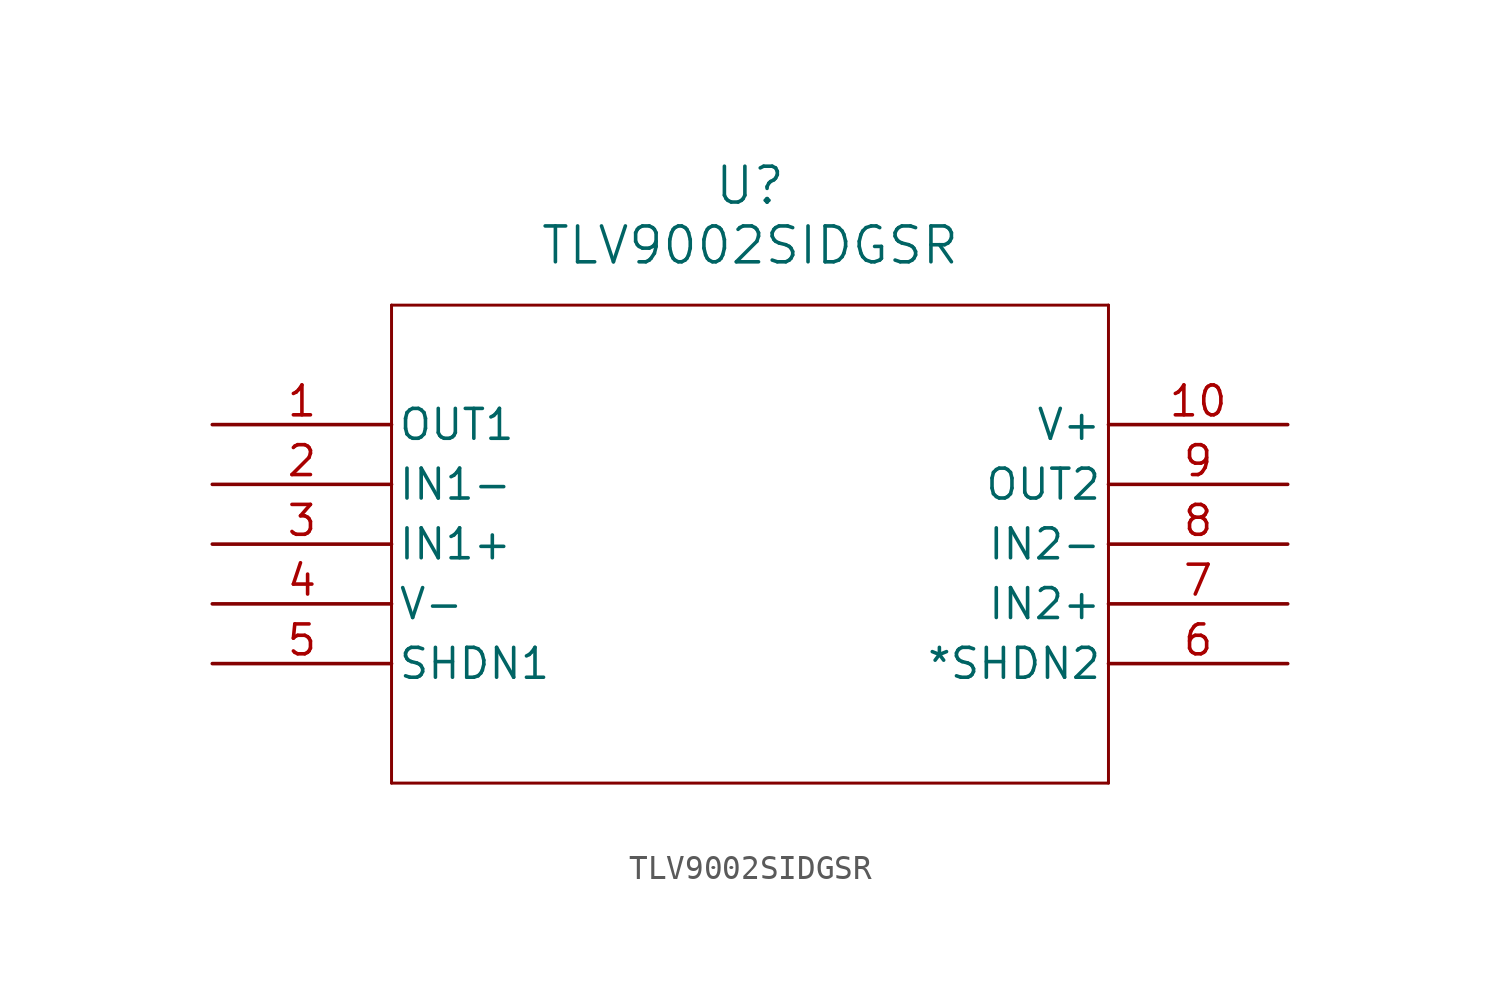
<source format=kicad_sym>
(kicad_symbol_lib
  (version 20211014)
  (generator kicad_symbol_editor)
  (symbol "TLV9002SIDGSR"
    (pin_names
      (offset 0.254))
    (property "Reference" "U"
      (at 22.86 10.16 0)
      (effects (font (size 1.524 1.524))))
    (property "Value" "TLV9002SIDGSR"
      (at 22.86 7.62 0)
      (effects (font (size 1.524 1.524))))
    (symbol "TLV9002SIDGSR_0_1"
      (polyline (pts (xy 7.62 5.08) (xy 7.62 -15.24)) (stroke (width 0.127) (type default) (color 0 0 0 0)) (fill (type none)))
      (polyline (pts (xy 7.62 -15.24) (xy 38.1 -15.24)) (stroke (width 0.127) (type default) (color 0 0 0 0)) (fill (type none)))
      (polyline (pts (xy 38.1 -15.24) (xy 38.1 5.08)) (stroke (width 0.127) (type default) (color 0 0 0 0)) (fill (type none)))
      (polyline (pts (xy 38.1 5.08) (xy 7.62 5.08)) (stroke (width 0.127) (type default) (color 0 0 0 0)) (fill (type none)))
      (pin output line (at 0 0 0) (length 7.62) (name "OUT1" (effects (font (size 1.27 1.27)))) (number "1" (effects (font (size 1.27 1.27)))))
      (pin input line (at 0 -2.54 0) (length 7.62) (name "IN1-" (effects (font (size 1.27 1.27)))) (number "2" (effects (font (size 1.27 1.27)))))
      (pin input line (at 0 -5.08 0) (length 7.62) (name "IN1+" (effects (font (size 1.27 1.27)))) (number "3" (effects (font (size 1.27 1.27)))))
      (pin power_in line (at 0 -7.62 0) (length 7.62) (name "V-" (effects (font (size 1.27 1.27)))) (number "4" (effects (font (size 1.27 1.27)))))
      (pin unspecified line (at 0 -10.16 0) (length 7.62) (name "SHDN1" (effects (font (size 1.27 1.27)))) (number "5" (effects (font (size 1.27 1.27)))))
      (pin unspecified line (at 45.72 -10.16 180) (length 7.62) (name "*SHDN2" (effects (font (size 1.27 1.27)))) (number "6" (effects (font (size 1.27 1.27)))))
      (pin input line (at 45.72 -7.62 180) (length 7.62) (name "IN2+" (effects (font (size 1.27 1.27)))) (number "7" (effects (font (size 1.27 1.27)))))
      (pin input line (at 45.72 -5.08 180) (length 7.62) (name "IN2-" (effects (font (size 1.27 1.27)))) (number "8" (effects (font (size 1.27 1.27)))))
      (pin output line (at 45.72 -2.54 180) (length 7.62) (name "OUT2" (effects (font (size 1.27 1.27)))) (number "9" (effects (font (size 1.27 1.27)))))
      (pin power_in line (at 45.72 0 180) (length 7.62) (name "V+" (effects (font (size 1.27 1.27)))) (number "10" (effects (font (size 1.27 1.27))))))))
</source>
